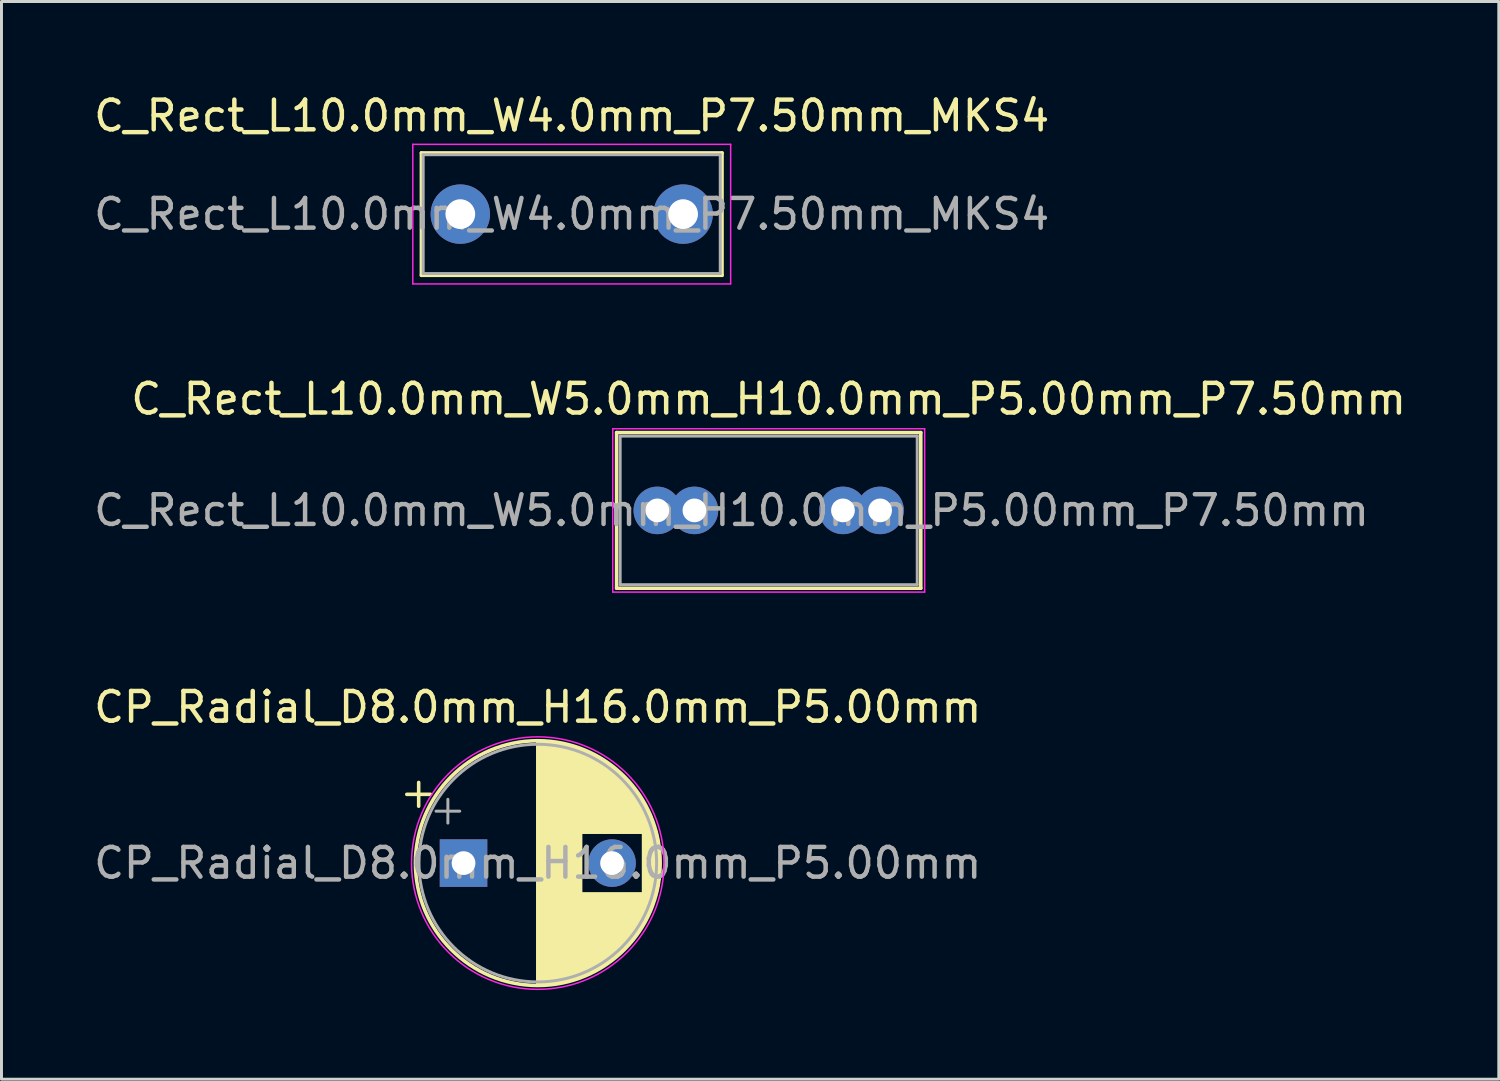
<source format=kicad_pcb>
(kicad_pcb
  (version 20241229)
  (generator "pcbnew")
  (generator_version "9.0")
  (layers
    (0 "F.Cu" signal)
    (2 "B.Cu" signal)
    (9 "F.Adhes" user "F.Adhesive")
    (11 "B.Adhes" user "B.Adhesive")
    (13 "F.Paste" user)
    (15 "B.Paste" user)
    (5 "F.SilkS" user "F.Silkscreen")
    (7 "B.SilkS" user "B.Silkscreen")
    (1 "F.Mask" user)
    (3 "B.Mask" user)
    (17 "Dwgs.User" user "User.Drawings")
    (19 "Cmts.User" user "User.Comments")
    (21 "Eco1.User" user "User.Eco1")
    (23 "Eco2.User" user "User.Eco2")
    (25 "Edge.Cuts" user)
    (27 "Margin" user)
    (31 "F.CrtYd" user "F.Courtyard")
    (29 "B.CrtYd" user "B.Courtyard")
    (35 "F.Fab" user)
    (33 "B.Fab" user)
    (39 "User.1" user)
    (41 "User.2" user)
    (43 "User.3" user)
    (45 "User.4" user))
  (footprint "C_Rect_L10.0mm_W4.0mm_P7.50mm_MKS4"
    (layer "F.Cu")
    (at 12.446 4.158)
    (property "Reference" "C_Rect_L10.0mm_W4.0mm_P7.50mm_MKS4" (at 3.75 -3.31 0) (layer "F.SilkS") (effects (font (size 1 1) (thickness 0.15))))
    (attr through_hole)
    (fp_line (start -1.31 -2.06) (end -1.31 2.06) (stroke (width 0.12) (type solid)) (layer "F.SilkS"))
    (fp_line (start -1.31 -2.06) (end 8.81 -2.06) (stroke (width 0.12) (type solid)) (layer "F.SilkS"))
    (fp_line (start -1.31 2.06) (end 8.81 2.06) (stroke (width 0.12) (type solid)) (layer "F.SilkS"))
    (fp_line (start 8.81 -2.06) (end 8.81 2.06) (stroke (width 0.12) (type solid)) (layer "F.SilkS"))
    (fp_line (start -1.6 -2.35) (end -1.6 2.35) (stroke (width 0.05) (type solid)) (layer "F.CrtYd"))
    (fp_line (start -1.6 2.35) (end 9.1 2.35) (stroke (width 0.05) (type solid)) (layer "F.CrtYd"))
    (fp_line (start 9.1 -2.35) (end -1.6 -2.35) (stroke (width 0.05) (type solid)) (layer "F.CrtYd"))
    (fp_line (start 9.1 2.35) (end 9.1 -2.35) (stroke (width 0.05) (type solid)) (layer "F.CrtYd"))
    (fp_line (start -1.25 -2) (end -1.25 2) (stroke (width 0.1) (type solid)) (layer "F.Fab"))
    (fp_line (start -1.25 2) (end 8.75 2) (stroke (width 0.1) (type solid)) (layer "F.Fab"))
    (fp_line (start 8.75 -2) (end -1.25 -2) (stroke (width 0.1) (type solid)) (layer "F.Fab"))
    (fp_line (start 8.75 2) (end 8.75 -2) (stroke (width 0.1) (type solid)) (layer "F.Fab"))
    (fp_text user "${REFERENCE}" (at 3.75 0 0) (layer "F.Fab") (effects (font (size 1 1) (thickness 0.15))))
    (pad "1" thru_hole circle (at 0 0) (size 2 2) (drill 1) (layers "*.Cu" "*.Mask"))
    (pad "2" thru_hole circle (at 7.5 0) (size 2 2) (drill 1) (layers "*.Cu" "*.Mask")))
  (footprint "CP_Radial_D8.0mm_H16.0mm_P5.00mm"
    (layer "F.Cu")
    (at 12.554 26.005)
    (property "Reference" "CP_Radial_D8.0mm_H16.0mm_P5.00mm" (at 2.5 -5.25 0) (layer "F.SilkS") (effects (font (size 1 1) (thickness 0.15))))
    (attr through_hole)
    (fp_line (start -1.91 -2.315) (end -1.11 -2.315) (stroke (width 0.12) (type solid)) (layer "F.SilkS"))
    (fp_line (start -1.51 -2.715) (end -1.51 -1.915) (stroke (width 0.12) (type solid)) (layer "F.SilkS"))
    (fp_line (start 2.5 -4.08) (end 2.5 4.08) (stroke (width 0.12) (type solid)) (layer "F.SilkS"))
    (fp_line (start 2.54 -4.08) (end 2.54 4.08) (stroke (width 0.12) (type solid)) (layer "F.SilkS"))
    (fp_line (start 2.58 -4.08) (end 2.58 4.08) (stroke (width 0.12) (type solid)) (layer "F.SilkS"))
    (fp_line (start 2.62 -4.079) (end 2.62 4.079) (stroke (width 0.12) (type solid)) (layer "F.SilkS"))
    (fp_line (start 2.66 -4.077) (end 2.66 4.077) (stroke (width 0.12) (type solid)) (layer "F.SilkS"))
    (fp_line (start 2.7 -4.076) (end 2.7 4.076) (stroke (width 0.12) (type solid)) (layer "F.SilkS"))
    (fp_line (start 2.74 -4.074) (end 2.74 4.074) (stroke (width 0.12) (type solid)) (layer "F.SilkS"))
    (fp_line (start 2.78 -4.071) (end 2.78 4.071) (stroke (width 0.12) (type solid)) (layer "F.SilkS"))
    (fp_line (start 2.82 -4.068) (end 2.82 4.068) (stroke (width 0.12) (type solid)) (layer "F.SilkS"))
    (fp_line (start 2.86 -4.065) (end 2.86 4.065) (stroke (width 0.12) (type solid)) (layer "F.SilkS"))
    (fp_line (start 2.9 -4.061) (end 2.9 4.061) (stroke (width 0.12) (type solid)) (layer "F.SilkS"))
    (fp_line (start 2.94 -4.057) (end 2.94 4.057) (stroke (width 0.12) (type solid)) (layer "F.SilkS"))
    (fp_line (start 2.98 -4.052) (end 2.98 4.052) (stroke (width 0.12) (type solid)) (layer "F.SilkS"))
    (fp_line (start 3.02 -4.048) (end 3.02 4.048) (stroke (width 0.12) (type solid)) (layer "F.SilkS"))
    (fp_line (start 3.06 -4.042) (end 3.06 4.042) (stroke (width 0.12) (type solid)) (layer "F.SilkS"))
    (fp_line (start 3.1 -4.037) (end 3.1 4.037) (stroke (width 0.12) (type solid)) (layer "F.SilkS"))
    (fp_line (start 3.14 -4.03) (end 3.14 4.03) (stroke (width 0.12) (type solid)) (layer "F.SilkS"))
    (fp_line (start 3.18 -4.024) (end 3.18 4.024) (stroke (width 0.12) (type solid)) (layer "F.SilkS"))
    (fp_line (start 3.221 -4.017) (end 3.221 4.017) (stroke (width 0.12) (type solid)) (layer "F.SilkS"))
    (fp_line (start 3.261 -4.01) (end 3.261 4.01) (stroke (width 0.12) (type solid)) (layer "F.SilkS"))
    (fp_line (start 3.301 -4.002) (end 3.301 4.002) (stroke (width 0.12) (type solid)) (layer "F.SilkS"))
    (fp_line (start 3.341 -3.994) (end 3.341 3.994) (stroke (width 0.12) (type solid)) (layer "F.SilkS"))
    (fp_line (start 3.381 -3.985) (end 3.381 3.985) (stroke (width 0.12) (type solid)) (layer "F.SilkS"))
    (fp_line (start 3.421 -3.976) (end 3.421 3.976) (stroke (width 0.12) (type solid)) (layer "F.SilkS"))
    (fp_line (start 3.461 -3.967) (end 3.461 3.967) (stroke (width 0.12) (type solid)) (layer "F.SilkS"))
    (fp_line (start 3.501 -3.957) (end 3.501 3.957) (stroke (width 0.12) (type solid)) (layer "F.SilkS"))
    (fp_line (start 3.541 -3.947) (end 3.541 3.947) (stroke (width 0.12) (type solid)) (layer "F.SilkS"))
    (fp_line (start 3.581 -3.936) (end 3.581 3.936) (stroke (width 0.12) (type solid)) (layer "F.SilkS"))
    (fp_line (start 3.621 -3.925) (end 3.621 3.925) (stroke (width 0.12) (type solid)) (layer "F.SilkS"))
    (fp_line (start 3.661 -3.914) (end 3.661 3.914) (stroke (width 0.12) (type solid)) (layer "F.SilkS"))
    (fp_line (start 3.701 -3.902) (end 3.701 3.902) (stroke (width 0.12) (type solid)) (layer "F.SilkS"))
    (fp_line (start 3.741 -3.889) (end 3.741 3.889) (stroke (width 0.12) (type solid)) (layer "F.SilkS"))
    (fp_line (start 3.781 -3.877) (end 3.781 3.877) (stroke (width 0.12) (type solid)) (layer "F.SilkS"))
    (fp_line (start 3.821 -3.863) (end 3.821 3.863) (stroke (width 0.12) (type solid)) (layer "F.SilkS"))
    (fp_line (start 3.861 -3.85) (end 3.861 3.85) (stroke (width 0.12) (type solid)) (layer "F.SilkS"))
    (fp_line (start 3.901 -3.835) (end 3.901 3.835) (stroke (width 0.12) (type solid)) (layer "F.SilkS"))
    (fp_line (start 3.941 -3.821) (end 3.941 3.821) (stroke (width 0.12) (type solid)) (layer "F.SilkS"))
    (fp_line (start 3.981 -3.805) (end 3.981 -1.04) (stroke (width 0.12) (type solid)) (layer "F.SilkS"))
    (fp_line (start 3.981 1.04) (end 3.981 3.805) (stroke (width 0.12) (type solid)) (layer "F.SilkS"))
    (fp_line (start 4.021 -3.79) (end 4.021 -1.04) (stroke (width 0.12) (type solid)) (layer "F.SilkS"))
    (fp_line (start 4.021 1.04) (end 4.021 3.79) (stroke (width 0.12) (type solid)) (layer "F.SilkS"))
    (fp_line (start 4.061 -3.774) (end 4.061 -1.04) (stroke (width 0.12) (type solid)) (layer "F.SilkS"))
    (fp_line (start 4.061 1.04) (end 4.061 3.774) (stroke (width 0.12) (type solid)) (layer "F.SilkS"))
    (fp_line (start 4.101 -3.757) (end 4.101 -1.04) (stroke (width 0.12) (type solid)) (layer "F.SilkS"))
    (fp_line (start 4.101 1.04) (end 4.101 3.757) (stroke (width 0.12) (type solid)) (layer "F.SilkS"))
    (fp_line (start 4.141 -3.74) (end 4.141 -1.04) (stroke (width 0.12) (type solid)) (layer "F.SilkS"))
    (fp_line (start 4.141 1.04) (end 4.141 3.74) (stroke (width 0.12) (type solid)) (layer "F.SilkS"))
    (fp_line (start 4.181 -3.722) (end 4.181 -1.04) (stroke (width 0.12) (type solid)) (layer "F.SilkS"))
    (fp_line (start 4.181 1.04) (end 4.181 3.722) (stroke (width 0.12) (type solid)) (layer "F.SilkS"))
    (fp_line (start 4.221 -3.704) (end 4.221 -1.04) (stroke (width 0.12) (type solid)) (layer "F.SilkS"))
    (fp_line (start 4.221 1.04) (end 4.221 3.704) (stroke (width 0.12) (type solid)) (layer "F.SilkS"))
    (fp_line (start 4.261 -3.686) (end 4.261 -1.04) (stroke (width 0.12) (type solid)) (layer "F.SilkS"))
    (fp_line (start 4.261 1.04) (end 4.261 3.686) (stroke (width 0.12) (type solid)) (layer "F.SilkS"))
    (fp_line (start 4.301 -3.666) (end 4.301 -1.04) (stroke (width 0.12) (type solid)) (layer "F.SilkS"))
    (fp_line (start 4.301 1.04) (end 4.301 3.666) (stroke (width 0.12) (type solid)) (layer "F.SilkS"))
    (fp_line (start 4.341 -3.647) (end 4.341 -1.04) (stroke (width 0.12) (type solid)) (layer "F.SilkS"))
    (fp_line (start 4.341 1.04) (end 4.341 3.647) (stroke (width 0.12) (type solid)) (layer "F.SilkS"))
    (fp_line (start 4.381 -3.627) (end 4.381 -1.04) (stroke (width 0.12) (type solid)) (layer "F.SilkS"))
    (fp_line (start 4.381 1.04) (end 4.381 3.627) (stroke (width 0.12) (type solid)) (layer "F.SilkS"))
    (fp_line (start 4.421 -3.606) (end 4.421 -1.04) (stroke (width 0.12) (type solid)) (layer "F.SilkS"))
    (fp_line (start 4.421 1.04) (end 4.421 3.606) (stroke (width 0.12) (type solid)) (layer "F.SilkS"))
    (fp_line (start 4.461 -3.584) (end 4.461 -1.04) (stroke (width 0.12) (type solid)) (layer "F.SilkS"))
    (fp_line (start 4.461 1.04) (end 4.461 3.584) (stroke (width 0.12) (type solid)) (layer "F.SilkS"))
    (fp_line (start 4.501 -3.562) (end 4.501 -1.04) (stroke (width 0.12) (type solid)) (layer "F.SilkS"))
    (fp_line (start 4.501 1.04) (end 4.501 3.562) (stroke (width 0.12) (type solid)) (layer "F.SilkS"))
    (fp_line (start 4.541 -3.54) (end 4.541 -1.04) (stroke (width 0.12) (type solid)) (layer "F.SilkS"))
    (fp_line (start 4.541 1.04) (end 4.541 3.54) (stroke (width 0.12) (type solid)) (layer "F.SilkS"))
    (fp_line (start 4.581 -3.517) (end 4.581 -1.04) (stroke (width 0.12) (type solid)) (layer "F.SilkS"))
    (fp_line (start 4.581 1.04) (end 4.581 3.517) (stroke (width 0.12) (type solid)) (layer "F.SilkS"))
    (fp_line (start 4.621 -3.493) (end 4.621 -1.04) (stroke (width 0.12) (type solid)) (layer "F.SilkS"))
    (fp_line (start 4.621 1.04) (end 4.621 3.493) (stroke (width 0.12) (type solid)) (layer "F.SilkS"))
    (fp_line (start 4.661 -3.469) (end 4.661 -1.04) (stroke (width 0.12) (type solid)) (layer "F.SilkS"))
    (fp_line (start 4.661 1.04) (end 4.661 3.469) (stroke (width 0.12) (type solid)) (layer "F.SilkS"))
    (fp_line (start 4.701 -3.444) (end 4.701 -1.04) (stroke (width 0.12) (type solid)) (layer "F.SilkS"))
    (fp_line (start 4.701 1.04) (end 4.701 3.444) (stroke (width 0.12) (type solid)) (layer "F.SilkS"))
    (fp_line (start 4.741 -3.418) (end 4.741 -1.04) (stroke (width 0.12) (type solid)) (layer "F.SilkS"))
    (fp_line (start 4.741 1.04) (end 4.741 3.418) (stroke (width 0.12) (type solid)) (layer "F.SilkS"))
    (fp_line (start 4.781 -3.392) (end 4.781 -1.04) (stroke (width 0.12) (type solid)) (layer "F.SilkS"))
    (fp_line (start 4.781 1.04) (end 4.781 3.392) (stroke (width 0.12) (type solid)) (layer "F.SilkS"))
    (fp_line (start 4.821 -3.365) (end 4.821 -1.04) (stroke (width 0.12) (type solid)) (layer "F.SilkS"))
    (fp_line (start 4.821 1.04) (end 4.821 3.365) (stroke (width 0.12) (type solid)) (layer "F.SilkS"))
    (fp_line (start 4.861 -3.338) (end 4.861 -1.04) (stroke (width 0.12) (type solid)) (layer "F.SilkS"))
    (fp_line (start 4.861 1.04) (end 4.861 3.338) (stroke (width 0.12) (type solid)) (layer "F.SilkS"))
    (fp_line (start 4.901 -3.309) (end 4.901 -1.04) (stroke (width 0.12) (type solid)) (layer "F.SilkS"))
    (fp_line (start 4.901 1.04) (end 4.901 3.309) (stroke (width 0.12) (type solid)) (layer "F.SilkS"))
    (fp_line (start 4.941 -3.28) (end 4.941 -1.04) (stroke (width 0.12) (type solid)) (layer "F.SilkS"))
    (fp_line (start 4.941 1.04) (end 4.941 3.28) (stroke (width 0.12) (type solid)) (layer "F.SilkS"))
    (fp_line (start 4.981 -3.25) (end 4.981 -1.04) (stroke (width 0.12) (type solid)) (layer "F.SilkS"))
    (fp_line (start 4.981 1.04) (end 4.981 3.25) (stroke (width 0.12) (type solid)) (layer "F.SilkS"))
    (fp_line (start 5.021 -3.22) (end 5.021 -1.04) (stroke (width 0.12) (type solid)) (layer "F.SilkS"))
    (fp_line (start 5.021 1.04) (end 5.021 3.22) (stroke (width 0.12) (type solid)) (layer "F.SilkS"))
    (fp_line (start 5.061 -3.189) (end 5.061 -1.04) (stroke (width 0.12) (type solid)) (layer "F.SilkS"))
    (fp_line (start 5.061 1.04) (end 5.061 3.189) (stroke (width 0.12) (type solid)) (layer "F.SilkS"))
    (fp_line (start 5.101 -3.156) (end 5.101 -1.04) (stroke (width 0.12) (type solid)) (layer "F.SilkS"))
    (fp_line (start 5.101 1.04) (end 5.101 3.156) (stroke (width 0.12) (type solid)) (layer "F.SilkS"))
    (fp_line (start 5.141 -3.124) (end 5.141 -1.04) (stroke (width 0.12) (type solid)) (layer "F.SilkS"))
    (fp_line (start 5.141 1.04) (end 5.141 3.124) (stroke (width 0.12) (type solid)) (layer "F.SilkS"))
    (fp_line (start 5.181 -3.09) (end 5.181 -1.04) (stroke (width 0.12) (type solid)) (layer "F.SilkS"))
    (fp_line (start 5.181 1.04) (end 5.181 3.09) (stroke (width 0.12) (type solid)) (layer "F.SilkS"))
    (fp_line (start 5.221 -3.055) (end 5.221 -1.04) (stroke (width 0.12) (type solid)) (layer "F.SilkS"))
    (fp_line (start 5.221 1.04) (end 5.221 3.055) (stroke (width 0.12) (type solid)) (layer "F.SilkS"))
    (fp_line (start 5.261 -3.019) (end 5.261 -1.04) (stroke (width 0.12) (type solid)) (layer "F.SilkS"))
    (fp_line (start 5.261 1.04) (end 5.261 3.019) (stroke (width 0.12) (type solid)) (layer "F.SilkS"))
    (fp_line (start 5.301 -2.983) (end 5.301 -1.04) (stroke (width 0.12) (type solid)) (layer "F.SilkS"))
    (fp_line (start 5.301 1.04) (end 5.301 2.983) (stroke (width 0.12) (type solid)) (layer "F.SilkS"))
    (fp_line (start 5.341 -2.945) (end 5.341 -1.04) (stroke (width 0.12) (type solid)) (layer "F.SilkS"))
    (fp_line (start 5.341 1.04) (end 5.341 2.945) (stroke (width 0.12) (type solid)) (layer "F.SilkS"))
    (fp_line (start 5.381 -2.907) (end 5.381 -1.04) (stroke (width 0.12) (type solid)) (layer "F.SilkS"))
    (fp_line (start 5.381 1.04) (end 5.381 2.907) (stroke (width 0.12) (type solid)) (layer "F.SilkS"))
    (fp_line (start 5.421 -2.867) (end 5.421 -1.04) (stroke (width 0.12) (type solid)) (layer "F.SilkS"))
    (fp_line (start 5.421 1.04) (end 5.421 2.867) (stroke (width 0.12) (type solid)) (layer "F.SilkS"))
    (fp_line (start 5.461 -2.826) (end 5.461 -1.04) (stroke (width 0.12) (type solid)) (layer "F.SilkS"))
    (fp_line (start 5.461 1.04) (end 5.461 2.826) (stroke (width 0.12) (type solid)) (layer "F.SilkS"))
    (fp_line (start 5.501 -2.784) (end 5.501 -1.04) (stroke (width 0.12) (type solid)) (layer "F.SilkS"))
    (fp_line (start 5.501 1.04) (end 5.501 2.784) (stroke (width 0.12) (type solid)) (layer "F.SilkS"))
    (fp_line (start 5.541 -2.741) (end 5.541 -1.04) (stroke (width 0.12) (type solid)) (layer "F.SilkS"))
    (fp_line (start 5.541 1.04) (end 5.541 2.741) (stroke (width 0.12) (type solid)) (layer "F.SilkS"))
    (fp_line (start 5.581 -2.697) (end 5.581 -1.04) (stroke (width 0.12) (type solid)) (layer "F.SilkS"))
    (fp_line (start 5.581 1.04) (end 5.581 2.697) (stroke (width 0.12) (type solid)) (layer "F.SilkS"))
    (fp_line (start 5.621 -2.651) (end 5.621 -1.04) (stroke (width 0.12) (type solid)) (layer "F.SilkS"))
    (fp_line (start 5.621 1.04) (end 5.621 2.651) (stroke (width 0.12) (type solid)) (layer "F.SilkS"))
    (fp_line (start 5.661 -2.604) (end 5.661 -1.04) (stroke (width 0.12) (type solid)) (layer "F.SilkS"))
    (fp_line (start 5.661 1.04) (end 5.661 2.604) (stroke (width 0.12) (type solid)) (layer "F.SilkS"))
    (fp_line (start 5.701 -2.556) (end 5.701 -1.04) (stroke (width 0.12) (type solid)) (layer "F.SilkS"))
    (fp_line (start 5.701 1.04) (end 5.701 2.556) (stroke (width 0.12) (type solid)) (layer "F.SilkS"))
    (fp_line (start 5.741 -2.505) (end 5.741 -1.04) (stroke (width 0.12) (type solid)) (layer "F.SilkS"))
    (fp_line (start 5.741 1.04) (end 5.741 2.505) (stroke (width 0.12) (type solid)) (layer "F.SilkS"))
    (fp_line (start 5.781 -2.454) (end 5.781 -1.04) (stroke (width 0.12) (type solid)) (layer "F.SilkS"))
    (fp_line (start 5.781 1.04) (end 5.781 2.454) (stroke (width 0.12) (type solid)) (layer "F.SilkS"))
    (fp_line (start 5.821 -2.4) (end 5.821 -1.04) (stroke (width 0.12) (type solid)) (layer "F.SilkS"))
    (fp_line (start 5.821 1.04) (end 5.821 2.4) (stroke (width 0.12) (type solid)) (layer "F.SilkS"))
    (fp_line (start 5.861 -2.345) (end 5.861 -1.04) (stroke (width 0.12) (type solid)) (layer "F.SilkS"))
    (fp_line (start 5.861 1.04) (end 5.861 2.345) (stroke (width 0.12) (type solid)) (layer "F.SilkS"))
    (fp_line (start 5.901 -2.287) (end 5.901 -1.04) (stroke (width 0.12) (type solid)) (layer "F.SilkS"))
    (fp_line (start 5.901 1.04) (end 5.901 2.287) (stroke (width 0.12) (type solid)) (layer "F.SilkS"))
    (fp_line (start 5.941 -2.228) (end 5.941 -1.04) (stroke (width 0.12) (type solid)) (layer "F.SilkS"))
    (fp_line (start 5.941 1.04) (end 5.941 2.228) (stroke (width 0.12) (type solid)) (layer "F.SilkS"))
    (fp_line (start 5.981 -2.166) (end 5.981 -1.04) (stroke (width 0.12) (type solid)) (layer "F.SilkS"))
    (fp_line (start 5.981 1.04) (end 5.981 2.166) (stroke (width 0.12) (type solid)) (layer "F.SilkS"))
    (fp_line (start 6.021 -2.102) (end 6.021 -1.04) (stroke (width 0.12) (type solid)) (layer "F.SilkS"))
    (fp_line (start 6.021 1.04) (end 6.021 2.102) (stroke (width 0.12) (type solid)) (layer "F.SilkS"))
    (fp_line (start 6.061 -2.034) (end 6.061 2.034) (stroke (width 0.12) (type solid)) (layer "F.SilkS"))
    (fp_line (start 6.101 -1.964) (end 6.101 1.964) (stroke (width 0.12) (type solid)) (layer "F.SilkS"))
    (fp_line (start 6.141 -1.89) (end 6.141 1.89) (stroke (width 0.12) (type solid)) (layer "F.SilkS"))
    (fp_line (start 6.181 -1.813) (end 6.181 1.813) (stroke (width 0.12) (type solid)) (layer "F.SilkS"))
    (fp_line (start 6.221 -1.731) (end 6.221 1.731) (stroke (width 0.12) (type solid)) (layer "F.SilkS"))
    (fp_line (start 6.261 -1.645) (end 6.261 1.645) (stroke (width 0.12) (type solid)) (layer "F.SilkS"))
    (fp_line (start 6.301 -1.552) (end 6.301 1.552) (stroke (width 0.12) (type solid)) (layer "F.SilkS"))
    (fp_line (start 6.341 -1.453) (end 6.341 1.453) (stroke (width 0.12) (type solid)) (layer "F.SilkS"))
    (fp_line (start 6.381 -1.346) (end 6.381 1.346) (stroke (width 0.12) (type solid)) (layer "F.SilkS"))
    (fp_line (start 6.421 -1.229) (end 6.421 1.229) (stroke (width 0.12) (type solid)) (layer "F.SilkS"))
    (fp_line (start 6.461 -1.098) (end 6.461 1.098) (stroke (width 0.12) (type solid)) (layer "F.SilkS"))
    (fp_line (start 6.501 -0.948) (end 6.501 0.948) (stroke (width 0.12) (type solid)) (layer "F.SilkS"))
    (fp_line (start 6.541 -0.768) (end 6.541 0.768) (stroke (width 0.12) (type solid)) (layer "F.SilkS"))
    (fp_line (start 6.581 -0.533) (end 6.581 0.533) (stroke (width 0.12) (type solid)) (layer "F.SilkS"))
    (fp_circle (center 2.5 0) (end 6.62 0) (stroke (width 0.12) (type solid)) (fill no) (layer "F.SilkS"))
    (fp_circle (center 2.5 0) (end 6.75 0) (stroke (width 0.05) (type solid)) (fill no) (layer "F.CrtYd"))
    (fp_line (start -0.927 -1.748) (end -0.127 -1.748) (stroke (width 0.1) (type solid)) (layer "F.Fab"))
    (fp_line (start -0.527 -2.147) (end -0.527 -1.347) (stroke (width 0.1) (type solid)) (layer "F.Fab"))
    (fp_circle (center 2.5 0) (end 6.5 0) (stroke (width 0.1) (type solid)) (fill no) (layer "F.Fab"))
    (fp_text user "${REFERENCE}" (at 2.5 0 0) (layer "F.Fab") (effects (font (size 1 1) (thickness 0.15))))
    (pad "1" thru_hole rect (at 0 0) (size 1.6 1.6) (drill 0.8) (layers "*.Cu" "*.Mask"))
    (pad "2" thru_hole circle (at 5 0) (size 1.6 1.6) (drill 0.8) (layers "*.Cu" "*.Mask")))
  (footprint "C_Rect_L10.0mm_W5.0mm_H10.0mm_P5.00mm_P7.50mm"
    (layer "F.Cu")
    (at 19.077 14.132)
    (property "Reference" "C_Rect_L10.0mm_W5.0mm_H10.0mm_P5.00mm_P7.50mm" (at 3.75 -3.75 0) (layer "F.SilkS") (effects (font (size 1 1) (thickness 0.15))))
    (attr through_hole)
    (fp_line (start -1.37 -2.62) (end -1.37 2.62) (stroke (width 0.12) (type solid)) (layer "F.SilkS"))
    (fp_line (start -1.37 -2.62) (end 8.87 -2.62) (stroke (width 0.12) (type solid)) (layer "F.SilkS"))
    (fp_line (start -1.37 2.62) (end 8.87 2.62) (stroke (width 0.12) (type solid)) (layer "F.SilkS"))
    (fp_line (start 8.87 -2.62) (end 8.87 2.62) (stroke (width 0.12) (type solid)) (layer "F.SilkS"))
    (fp_line (start -1.5 -2.75) (end -1.5 2.75) (stroke (width 0.05) (type solid)) (layer "F.CrtYd"))
    (fp_line (start -1.5 2.75) (end 9 2.75) (stroke (width 0.05) (type solid)) (layer "F.CrtYd"))
    (fp_line (start 9 -2.75) (end -1.5 -2.75) (stroke (width 0.05) (type solid)) (layer "F.CrtYd"))
    (fp_line (start 9 2.75) (end 9 -2.75) (stroke (width 0.05) (type solid)) (layer "F.CrtYd"))
    (fp_line (start -1.25 -2.5) (end -1.25 2.5) (stroke (width 0.1) (type solid)) (layer "F.Fab"))
    (fp_line (start -1.25 2.5) (end 8.75 2.5) (stroke (width 0.1) (type solid)) (layer "F.Fab"))
    (fp_line (start 8.75 -2.5) (end -1.25 -2.5) (stroke (width 0.1) (type solid)) (layer "F.Fab"))
    (fp_line (start 8.75 2.5) (end 8.75 -2.5) (stroke (width 0.1) (type solid)) (layer "F.Fab"))
    (fp_text user "${REFERENCE}" (at 2.5 0 0) (layer "F.Fab") (effects (font (size 1 1) (thickness 0.15))))
    (pad "1" thru_hole circle (at 0 0) (size 1.6 1.6) (drill 0.8) (layers "*.Cu" "*.Mask"))
    (pad "1" thru_hole circle (at 1.25 0) (size 1.6 1.6) (drill 0.8) (layers "*.Cu" "*.Mask"))
    (pad "2" thru_hole circle (at 6.25 0) (size 1.6 1.6) (drill 0.8) (layers "*.Cu" "*.Mask"))
    (pad "2" thru_hole circle (at 7.5 0) (size 1.6 1.6) (drill 0.8) (layers "*.Cu" "*.Mask")))
  (gr_rect
    (start -3 -3)
    (end 47.405 33.28)
    (stroke (width 0.1) (type default))
    (fill no)
    (layer "Edge.Cuts")))
</source>
